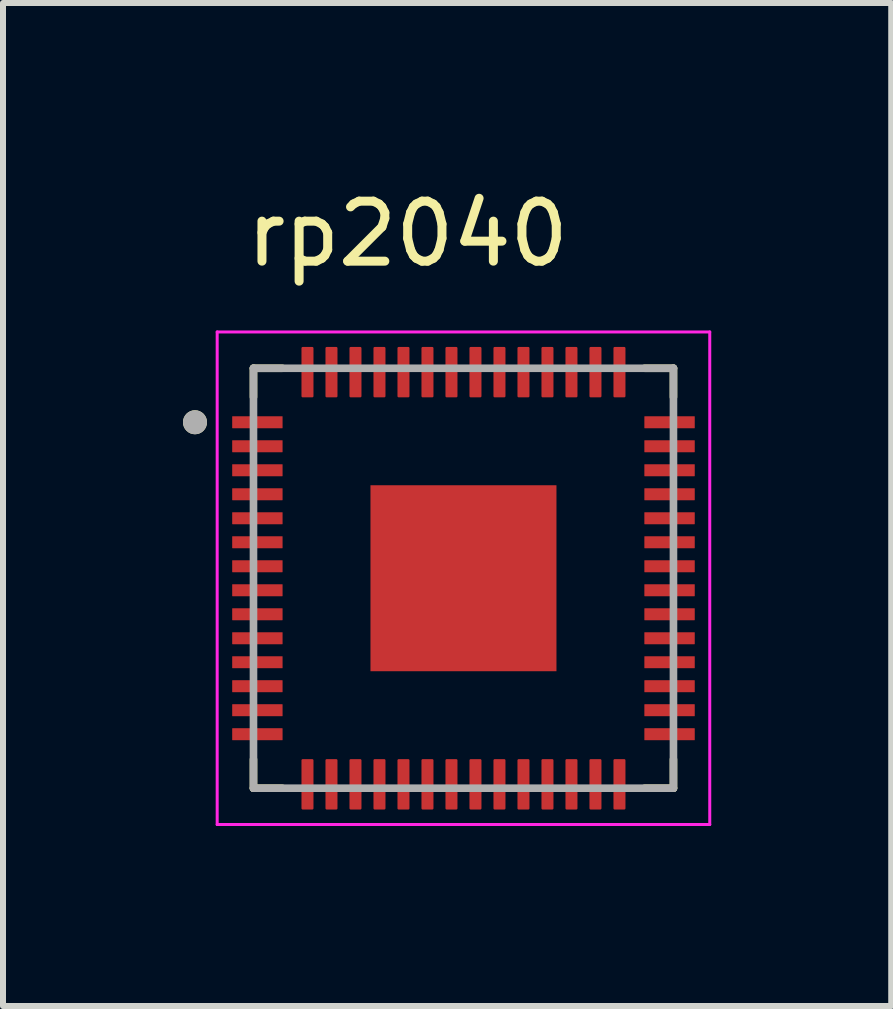
<source format=kicad_pcb>
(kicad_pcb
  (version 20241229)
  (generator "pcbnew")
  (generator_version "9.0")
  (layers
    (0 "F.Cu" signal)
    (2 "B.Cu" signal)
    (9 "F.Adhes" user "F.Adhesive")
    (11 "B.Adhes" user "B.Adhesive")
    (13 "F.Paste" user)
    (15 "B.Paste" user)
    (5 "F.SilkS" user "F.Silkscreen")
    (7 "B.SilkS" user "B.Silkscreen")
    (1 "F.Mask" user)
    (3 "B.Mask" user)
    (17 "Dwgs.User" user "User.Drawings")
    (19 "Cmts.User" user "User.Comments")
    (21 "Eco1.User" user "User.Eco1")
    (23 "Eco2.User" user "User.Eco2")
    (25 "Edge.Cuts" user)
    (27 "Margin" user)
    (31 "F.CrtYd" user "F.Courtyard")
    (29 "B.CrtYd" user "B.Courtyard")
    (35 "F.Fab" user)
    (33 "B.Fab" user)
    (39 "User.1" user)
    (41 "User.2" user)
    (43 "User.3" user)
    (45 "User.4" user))
  (footprint "rp2040"
    (layer "F.Cu")
    (at 4.675 6.588)
    (property "Reference" "rp2040" (at -0.93 -5.74 0) (layer "F.SilkS") (effects (font (size 1 1) (thickness 0.15))))
    (attr smd)
    (fp_line (start -3.5 -3.5) (end -3.5 -3.02) (stroke (width 0.127) (type solid)) (layer "F.SilkS"))
    (fp_line (start -3.5 -3.5) (end -3.02 -3.5) (stroke (width 0.127) (type solid)) (layer "F.SilkS"))
    (fp_line (start -3.5 3.5) (end -3.5 3.02) (stroke (width 0.127) (type solid)) (layer "F.SilkS"))
    (fp_line (start -3.5 3.5) (end -3.02 3.5) (stroke (width 0.127) (type solid)) (layer "F.SilkS"))
    (fp_line (start 3.5 -3.5) (end 3.02 -3.5) (stroke (width 0.127) (type solid)) (layer "F.SilkS"))
    (fp_line (start 3.5 -3.5) (end 3.5 -3.02) (stroke (width 0.127) (type solid)) (layer "F.SilkS"))
    (fp_line (start 3.5 3.5) (end 3.02 3.5) (stroke (width 0.127) (type solid)) (layer "F.SilkS"))
    (fp_line (start 3.5 3.5) (end 3.5 3.02) (stroke (width 0.127) (type solid)) (layer "F.SilkS"))
    (fp_circle (center -4.475 -2.6) (end -4.375 -2.6) (stroke (width 0.2) (type solid)) (fill no) (layer "F.SilkS"))
    (fp_poly (pts (xy -0.98 -0.98) (xy 0.98 -0.98) (xy 0.98 0.98) (xy -0.98 0.98)) (stroke (width 0.01) (type solid)) (fill yes) (layer "F.Paste"))
    (fp_line (start -4.105 -4.105) (end 4.105 -4.105) (stroke (width 0.05) (type solid)) (layer "F.CrtYd"))
    (fp_line (start -4.105 4.105) (end -4.105 -4.105) (stroke (width 0.05) (type solid)) (layer "F.CrtYd"))
    (fp_line (start -4.105 4.105) (end 4.105 4.105) (stroke (width 0.05) (type solid)) (layer "F.CrtYd"))
    (fp_line (start 4.105 4.105) (end 4.105 -4.105) (stroke (width 0.05) (type solid)) (layer "F.CrtYd"))
    (fp_line (start -3.5 3.5) (end -3.5 -3.5) (stroke (width 0.127) (type solid)) (layer "F.Fab"))
    (fp_line (start 3.5 -3.5) (end -3.5 -3.5) (stroke (width 0.127) (type solid)) (layer "F.Fab"))
    (fp_line (start 3.5 3.5) (end -3.5 3.5) (stroke (width 0.127) (type solid)) (layer "F.Fab"))
    (fp_line (start 3.5 3.5) (end 3.5 -3.5) (stroke (width 0.127) (type solid)) (layer "F.Fab"))
    (fp_circle (center -4.475 -2.6) (end -4.375 -2.6) (stroke (width 0.2) (type solid)) (fill no) (layer "F.Fab"))
    (pad "1" smd roundrect (at -3.435 -2.6) (size 0.84 0.2) (layers "F.Cu" "F.Mask" "F.Paste") (roundrect_rratio 0.03))
    (pad "2" smd roundrect (at -3.435 -2.2) (size 0.84 0.2) (layers "F.Cu" "F.Mask" "F.Paste") (roundrect_rratio 0.03))
    (pad "3" smd roundrect (at -3.435 -1.8) (size 0.84 0.2) (layers "F.Cu" "F.Mask" "F.Paste") (roundrect_rratio 0.03))
    (pad "4" smd roundrect (at -3.435 -1.4) (size 0.84 0.2) (layers "F.Cu" "F.Mask" "F.Paste") (roundrect_rratio 0.03))
    (pad "5" smd roundrect (at -3.435 -1) (size 0.84 0.2) (layers "F.Cu" "F.Mask" "F.Paste") (roundrect_rratio 0.03))
    (pad "6" smd roundrect (at -3.435 -0.6) (size 0.84 0.2) (layers "F.Cu" "F.Mask" "F.Paste") (roundrect_rratio 0.03))
    (pad "7" smd roundrect (at -3.435 -0.2) (size 0.84 0.2) (layers "F.Cu" "F.Mask" "F.Paste") (roundrect_rratio 0.03))
    (pad "8" smd roundrect (at -3.435 0.2) (size 0.84 0.2) (layers "F.Cu" "F.Mask" "F.Paste") (roundrect_rratio 0.03))
    (pad "9" smd roundrect (at -3.435 0.6) (size 0.84 0.2) (layers "F.Cu" "F.Mask" "F.Paste") (roundrect_rratio 0.03))
    (pad "10" smd roundrect (at -3.435 1) (size 0.84 0.2) (layers "F.Cu" "F.Mask" "F.Paste") (roundrect_rratio 0.03))
    (pad "11" smd roundrect (at -3.435 1.4) (size 0.84 0.2) (layers "F.Cu" "F.Mask" "F.Paste") (roundrect_rratio 0.03))
    (pad "12" smd roundrect (at -3.435 1.8) (size 0.84 0.2) (layers "F.Cu" "F.Mask" "F.Paste") (roundrect_rratio 0.03))
    (pad "13" smd roundrect (at -3.435 2.2) (size 0.84 0.2) (layers "F.Cu" "F.Mask" "F.Paste") (roundrect_rratio 0.03))
    (pad "14" smd roundrect (at -3.435 2.6) (size 0.84 0.2) (layers "F.Cu" "F.Mask" "F.Paste") (roundrect_rratio 0.03))
    (pad "15" smd roundrect (at -2.6 3.435) (size 0.2 0.84) (layers "F.Cu" "F.Mask" "F.Paste") (roundrect_rratio 0.1))
    (pad "16" smd roundrect (at -2.2 3.435) (size 0.2 0.84) (layers "F.Cu" "F.Mask" "F.Paste") (roundrect_rratio 0.1))
    (pad "17" smd roundrect (at -1.8 3.435) (size 0.2 0.84) (layers "F.Cu" "F.Mask" "F.Paste") (roundrect_rratio 0.1))
    (pad "18" smd roundrect (at -1.4 3.435) (size 0.2 0.84) (layers "F.Cu" "F.Mask" "F.Paste") (roundrect_rratio 0.1))
    (pad "19" smd roundrect (at -1 3.435) (size 0.2 0.84) (layers "F.Cu" "F.Mask" "F.Paste") (roundrect_rratio 0.1))
    (pad "20" smd roundrect (at -0.6 3.435) (size 0.2 0.84) (layers "F.Cu" "F.Mask" "F.Paste") (roundrect_rratio 0.1))
    (pad "21" smd roundrect (at -0.2 3.435) (size 0.2 0.84) (layers "F.Cu" "F.Mask" "F.Paste") (roundrect_rratio 0.1))
    (pad "22" smd roundrect (at 0.2 3.435) (size 0.2 0.84) (layers "F.Cu" "F.Mask" "F.Paste") (roundrect_rratio 0.1))
    (pad "23" smd roundrect (at 0.6 3.435) (size 0.2 0.84) (layers "F.Cu" "F.Mask" "F.Paste") (roundrect_rratio 0.1))
    (pad "24" smd roundrect (at 1 3.435) (size 0.2 0.84) (layers "F.Cu" "F.Mask" "F.Paste") (roundrect_rratio 0.1))
    (pad "25" smd roundrect (at 1.4 3.435) (size 0.2 0.84) (layers "F.Cu" "F.Mask" "F.Paste") (roundrect_rratio 0.1))
    (pad "26" smd roundrect (at 1.8 3.435) (size 0.2 0.84) (layers "F.Cu" "F.Mask" "F.Paste") (roundrect_rratio 0.1))
    (pad "27" smd roundrect (at 2.2 3.435) (size 0.2 0.84) (layers "F.Cu" "F.Mask" "F.Paste") (roundrect_rratio 0.1))
    (pad "28" smd roundrect (at 2.6 3.435) (size 0.2 0.84) (layers "F.Cu" "F.Mask" "F.Paste") (roundrect_rratio 0.1))
    (pad "29" smd roundrect (at 3.435 2.6) (size 0.84 0.2) (layers "F.Cu" "F.Mask" "F.Paste") (roundrect_rratio 0.03))
    (pad "30" smd roundrect (at 3.435 2.2) (size 0.84 0.2) (layers "F.Cu" "F.Mask" "F.Paste") (roundrect_rratio 0.03))
    (pad "31" smd roundrect (at 3.435 1.8) (size 0.84 0.2) (layers "F.Cu" "F.Mask" "F.Paste") (roundrect_rratio 0.03))
    (pad "32" smd roundrect (at 3.435 1.4) (size 0.84 0.2) (layers "F.Cu" "F.Mask" "F.Paste") (roundrect_rratio 0.03))
    (pad "33" smd roundrect (at 3.435 1) (size 0.84 0.2) (layers "F.Cu" "F.Mask" "F.Paste") (roundrect_rratio 0.03))
    (pad "34" smd roundrect (at 3.435 0.6) (size 0.84 0.2) (layers "F.Cu" "F.Mask" "F.Paste") (roundrect_rratio 0.03))
    (pad "35" smd roundrect (at 3.435 0.2) (size 0.84 0.2) (layers "F.Cu" "F.Mask" "F.Paste") (roundrect_rratio 0.03))
    (pad "36" smd roundrect (at 3.435 -0.2) (size 0.84 0.2) (layers "F.Cu" "F.Mask" "F.Paste") (roundrect_rratio 0.03))
    (pad "37" smd roundrect (at 3.435 -0.6) (size 0.84 0.2) (layers "F.Cu" "F.Mask" "F.Paste") (roundrect_rratio 0.03))
    (pad "38" smd roundrect (at 3.435 -1) (size 0.84 0.2) (layers "F.Cu" "F.Mask" "F.Paste") (roundrect_rratio 0.03))
    (pad "39" smd roundrect (at 3.435 -1.4) (size 0.84 0.2) (layers "F.Cu" "F.Mask" "F.Paste") (roundrect_rratio 0.03))
    (pad "40" smd roundrect (at 3.435 -1.8) (size 0.84 0.2) (layers "F.Cu" "F.Mask" "F.Paste") (roundrect_rratio 0.03))
    (pad "41" smd roundrect (at 3.435 -2.2) (size 0.84 0.2) (layers "F.Cu" "F.Mask" "F.Paste") (roundrect_rratio 0.03))
    (pad "42" smd roundrect (at 3.435 -2.6) (size 0.84 0.2) (layers "F.Cu" "F.Mask" "F.Paste") (roundrect_rratio 0.03))
    (pad "43" smd roundrect (at 2.6 -3.435) (size 0.2 0.84) (layers "F.Cu" "F.Mask" "F.Paste") (roundrect_rratio 0.1))
    (pad "44" smd roundrect (at 2.2 -3.435) (size 0.2 0.84) (layers "F.Cu" "F.Mask" "F.Paste") (roundrect_rratio 0.1))
    (pad "45" smd roundrect (at 1.8 -3.435) (size 0.2 0.84) (layers "F.Cu" "F.Mask" "F.Paste") (roundrect_rratio 0.1))
    (pad "46" smd roundrect (at 1.4 -3.435) (size 0.2 0.84) (layers "F.Cu" "F.Mask" "F.Paste") (roundrect_rratio 0.1))
    (pad "47" smd roundrect (at 1 -3.435) (size 0.2 0.84) (layers "F.Cu" "F.Mask" "F.Paste") (roundrect_rratio 0.1))
    (pad "48" smd roundrect (at 0.6 -3.435) (size 0.2 0.84) (layers "F.Cu" "F.Mask" "F.Paste") (roundrect_rratio 0.1))
    (pad "49" smd roundrect (at 0.2 -3.435) (size 0.2 0.84) (layers "F.Cu" "F.Mask" "F.Paste") (roundrect_rratio 0.1))
    (pad "50" smd roundrect (at -0.2 -3.435) (size 0.2 0.84) (layers "F.Cu" "F.Mask" "F.Paste") (roundrect_rratio 0.1))
    (pad "51" smd roundrect (at -0.6 -3.435) (size 0.2 0.84) (layers "F.Cu" "F.Mask" "F.Paste") (roundrect_rratio 0.1))
    (pad "52" smd roundrect (at -1 -3.435) (size 0.2 0.84) (layers "F.Cu" "F.Mask" "F.Paste") (roundrect_rratio 0.1))
    (pad "53" smd roundrect (at -1.4 -3.435) (size 0.2 0.84) (layers "F.Cu" "F.Mask" "F.Paste") (roundrect_rratio 0.1))
    (pad "54" smd roundrect (at -1.8 -3.435) (size 0.2 0.84) (layers "F.Cu" "F.Mask" "F.Paste") (roundrect_rratio 0.1))
    (pad "55" smd roundrect (at -2.2 -3.435) (size 0.2 0.84) (layers "F.Cu" "F.Mask" "F.Paste") (roundrect_rratio 0.1))
    (pad "56" smd roundrect (at -2.6 -3.435) (size 0.2 0.84) (layers "F.Cu" "F.Mask" "F.Paste") (roundrect_rratio 0.1))
    (pad "57" smd rect (at 0 0) (size 3.1 3.1) (layers "F.Cu" "F.Mask")))
  (gr_rect
    (start -3 -3)
    (end 11.805 13.718)
    (stroke (width 0.1) (type default))
    (fill no)
    (layer "Edge.Cuts")))
</source>
